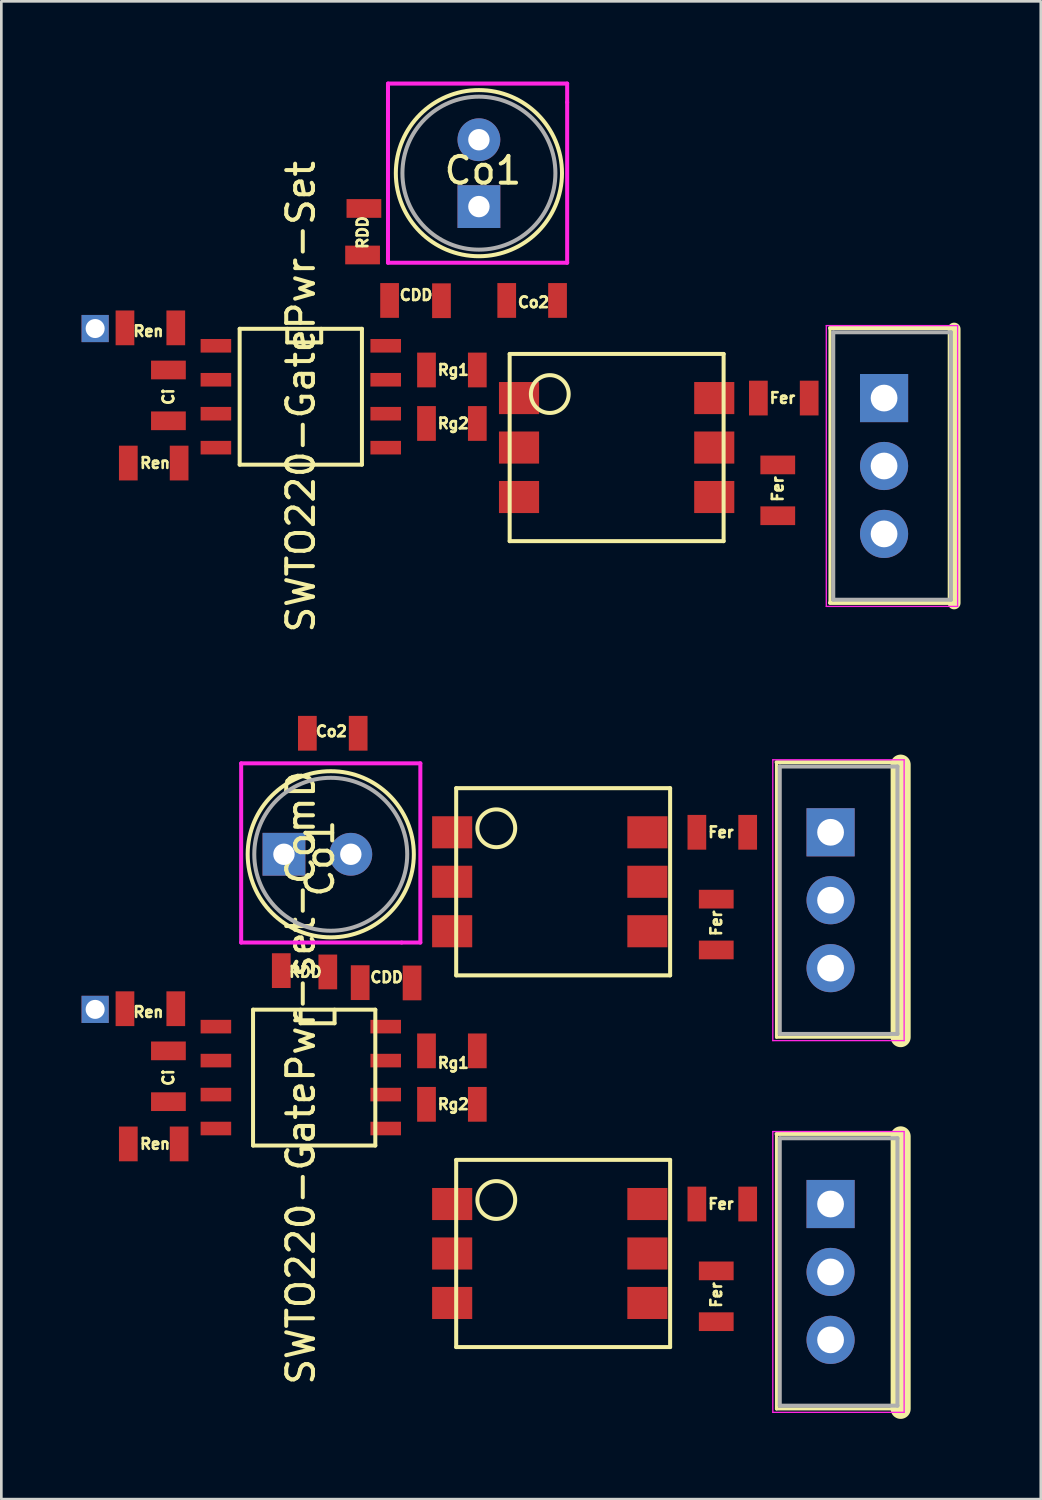
<source format=kicad_pcb>
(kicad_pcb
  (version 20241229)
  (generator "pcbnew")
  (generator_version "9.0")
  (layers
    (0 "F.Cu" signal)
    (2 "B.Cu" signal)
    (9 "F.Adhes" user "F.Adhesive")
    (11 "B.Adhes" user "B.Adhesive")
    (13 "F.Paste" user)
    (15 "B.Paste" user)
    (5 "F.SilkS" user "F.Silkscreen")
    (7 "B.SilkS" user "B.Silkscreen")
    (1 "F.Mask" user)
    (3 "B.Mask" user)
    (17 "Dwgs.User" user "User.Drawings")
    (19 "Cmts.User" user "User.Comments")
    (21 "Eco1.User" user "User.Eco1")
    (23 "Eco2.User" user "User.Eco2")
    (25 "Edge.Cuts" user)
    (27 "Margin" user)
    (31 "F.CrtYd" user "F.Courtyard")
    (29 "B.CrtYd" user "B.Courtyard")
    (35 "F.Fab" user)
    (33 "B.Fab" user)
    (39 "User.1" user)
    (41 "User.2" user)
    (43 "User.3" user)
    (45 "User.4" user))
  (footprint "SWTO220-GatePwr-Set"
    (layer "F.Cu")
    (at 30.008 14.375)
    (property "Reference" "SWTO220-GatePwr-Set" (at -21.81 -2.59 90) (layer "F.SilkS") (effects (font (size 1 1) (thickness 0.15))))
    (attr smd)
    (fp_line (start -24.096 -5.13) (end -19.524 -5.13) (stroke (width 0.15) (type solid)) (layer "F.SilkS"))
    (fp_line (start -24.096 -0.05) (end -24.096 -5.13) (stroke (width 0.15) (type solid)) (layer "F.SilkS"))
    (fp_line (start -22.318 -4.622) (end -22.318 -5.13) (stroke (width 0.15) (type solid)) (layer "F.SilkS"))
    (fp_line (start -21.048 -5.13) (end -21.048 -4.622) (stroke (width 0.15) (type solid)) (layer "F.SilkS"))
    (fp_line (start -21.048 -4.622) (end -22.318 -4.622) (stroke (width 0.15) (type solid)) (layer "F.SilkS"))
    (fp_line (start -19.524 -5.13) (end -19.524 -0.05) (stroke (width 0.15) (type solid)) (layer "F.SilkS"))
    (fp_line (start -19.524 -0.05) (end -24.096 -0.05) (stroke (width 0.15) (type solid)) (layer "F.SilkS"))
    (fp_line (start -14 -4.19) (end -6 -4.19) (stroke (width 0.15) (type solid)) (layer "F.SilkS"))
    (fp_line (start -14 2.81) (end -14 -4.19) (stroke (width 0.15) (type solid)) (layer "F.SilkS"))
    (fp_line (start -6 -4.19) (end -6 2.81) (stroke (width 0.15) (type solid)) (layer "F.SilkS"))
    (fp_line (start -6 2.81) (end -14 2.81) (stroke (width 0.15) (type solid)) (layer "F.SilkS"))
    (fp_line (start -2.021 -5.12) (end -2.021 5.12) (stroke (width 0.12) (type solid)) (layer "F.SilkS"))
    (fp_line (start 2.62 -5.16) (end -2.021 -5.16) (stroke (width 0.15) (type solid)) (layer "F.SilkS"))
    (fp_line (start 2.62 -5.12) (end 2.62 5.12) (stroke (width 0.48) (type solid)) (layer "F.SilkS"))
    (fp_line (start 2.62 5.12) (end -2.021 5.12) (stroke (width 0.15) (type solid)) (layer "F.SilkS"))
    (fp_circle (center -15.15 -10.95) (end -17.75 -9.25) (stroke (width 0.15) (type solid)) (fill no) (layer "F.SilkS"))
    (fp_circle (center -12.5 -2.69) (end -13 -3.19) (stroke (width 0.15) (type solid)) (fill no) (layer "F.SilkS"))
    (fp_line (start -18.55 -14.3) (end -11.85 -14.3) (stroke (width 0.15) (type solid)) (layer "F.CrtYd"))
    (fp_line (start -18.55 -7.6) (end -18.55 -14.3) (stroke (width 0.15) (type solid)) (layer "F.CrtYd"))
    (fp_line (start -11.85 -13.6) (end -11.85 -14.3) (stroke (width 0.15) (type solid)) (layer "F.CrtYd"))
    (fp_line (start -11.85 -7.6) (end -18.55 -7.6) (stroke (width 0.15) (type solid)) (layer "F.CrtYd"))
    (fp_line (start -11.85 -7.6) (end -11.85 -13.6) (stroke (width 0.15) (type solid)) (layer "F.CrtYd"))
    (fp_line (start -2.16 -5.25) (end -2.16 5.25) (stroke (width 0.05) (type solid)) (layer "F.CrtYd"))
    (fp_line (start -2.16 5.25) (end 2.75 5.25) (stroke (width 0.05) (type solid)) (layer "F.CrtYd"))
    (fp_line (start 2.75 -5.25) (end -2.16 -5.25) (stroke (width 0.05) (type solid)) (layer "F.CrtYd"))
    (fp_line (start 2.75 5.25) (end 2.75 -5.25) (stroke (width 0.05) (type solid)) (layer "F.CrtYd"))
    (fp_line (start -1.9 -5) (end -1.9 5) (stroke (width 0.15) (type solid)) (layer "F.Fab"))
    (fp_line (start -1.9 5) (end 2.5 5) (stroke (width 0.15) (type solid)) (layer "F.Fab"))
    (fp_line (start 2.5 -5) (end -1.9 -5) (stroke (width 0.15) (type solid)) (layer "F.Fab"))
    (fp_line (start 2.5 5) (end 2.5 -5) (stroke (width 0.15) (type solid)) (layer "F.Fab"))
    (fp_circle (center -15.15 -10.95) (end -17.45 -9.25) (stroke (width 0.15) (type solid)) (fill no) (layer "F.Fab"))
    (fp_text user "Co2" (at -13.11 -6.12 180) (layer "F.SilkS") (effects (font (size 0.4 0.4) (thickness 0.1))))
    (fp_text user "RDD" (at -19.5 -8.73 90) (layer "F.SilkS") (effects (font (size 0.4 0.4) (thickness 0.1))))
    (fp_text user "Ren" (at -27.26 -0.11 0) (layer "F.SilkS") (effects (font (size 0.4 0.4) (thickness 0.1))))
    (fp_text user "Ren" (at -27.51 -5.04 0) (layer "F.SilkS") (effects (font (size 0.4 0.4) (thickness 0.1))))
    (fp_text user "Ci" (at -26.76 -2.59 90) (layer "F.SilkS") (effects (font (size 0.4 0.4) (thickness 0.1))))
    (fp_text user "Fer" (at -3.975 0.86 90) (layer "F.SilkS") (effects (font (size 0.4 0.4) (thickness 0.1))))
    (fp_text user "Rg1" (at -16.11 -3.59 0) (layer "F.SilkS") (effects (font (size 0.4 0.4) (thickness 0.1))))
    (fp_text user "Fer" (at -3.8 -2.54 180) (layer "F.SilkS") (effects (font (size 0.4 0.4) (thickness 0.1))))
    (fp_text user "Rg2" (at -16.11 -1.59 0) (layer "F.SilkS") (effects (font (size 0.4 0.4) (thickness 0.1))))
    (fp_text user "CDD" (at -17.5 -6.39 180) (layer "F.SilkS") (effects (font (size 0.4 0.4) (thickness 0.1))))
    (fp_text user "Co1" (at -15 -11.05 0) (layer "F.SilkS") (effects (font (size 1 1) (thickness 0.15))))
    (pad "+Vo" smd rect (at -19.45 -9.63 90) (size 0.7 1.3) (layers "F.Cu" "F.Mask" "F.Paste"))
    (pad "+Vo" thru_hole rect (at -15.15 -9.7 180) (size 1.6 1.6) (drill 0.8) (layers "*.Cu" "*.Mask"))
    (pad "+Vo" smd rect (at -12.21 -6.19) (size 0.7 1.3) (layers "F.Cu" "F.Mask" "F.Paste"))
    (pad "1" smd rect (at -15.21 -3.59) (size 0.7 1.3) (layers "F.Cu" "F.Mask" "F.Paste"))
    (pad "1" smd rect (at -15.21 -1.59) (size 0.7 1.3) (layers "F.Cu" "F.Mask" "F.Paste"))
    (pad "1" smd rect (at -13.65 -2.54 180) (size 1.5 1.2) (layers "F.Cu" "F.Mask" "F.Paste"))
    (pad "2" smd rect (at -13.65 -0.69 180) (size 1.5 1.2) (layers "F.Cu" "F.Mask" "F.Paste"))
    (pad "3" smd rect (at -18.635 -0.685 270) (size 0.508 1.143) (layers "F.Cu" "F.Mask" "F.Paste"))
    (pad "3" smd rect (at -16.55 -6.18 180) (size 0.7 1.3) (layers "F.Cu" "F.Mask" "F.Paste"))
    (pad "3" thru_hole circle (at -15.15 -12.2 180) (size 1.6 1.6) (drill 0.8) (layers "*.Cu" "*.Mask"))
    (pad "3" smd rect (at -14.11 -6.19) (size 0.7 1.3) (layers "F.Cu" "F.Mask" "F.Paste"))
    (pad "3" smd rect (at -13.65 1.16 180) (size 1.5 1.2) (layers "F.Cu" "F.Mask" "F.Paste"))
    (pad "5" smd rect (at -6.35 -0.69 180) (size 1.5 1.2) (layers "F.Cu" "F.Mask" "F.Paste"))
    (pad "6" smd rect (at -6.35 -2.54 180) (size 1.5 1.2) (layers "F.Cu" "F.Mask" "F.Paste"))
    (pad "6" smd rect (at -4.7 -2.54 180) (size 0.7 1.3) (layers "F.Cu" "F.Mask" "F.Paste"))
    (pad "6" smd rect (at -3.975 -0.04 90) (size 0.7 1.3) (layers "F.Cu" "F.Mask" "F.Paste"))
    (pad "D" thru_hole circle (at 0 0 180) (size 1.8 1.8) (drill 1) (layers "*.Cu" "*.Mask"))
    (pad "EN" smd rect (at -26.36 -0.11) (size 0.7 1.3) (layers "F.Cu" "F.Mask" "F.Paste"))
    (pad "EN" smd rect (at -24.985 -0.685 270) (size 0.508 1.143) (layers "F.Cu" "F.Mask" "F.Paste"))
    (pad "G" smd rect (at -2.8 -2.54 180) (size 0.7 1.3) (layers "F.Cu" "F.Mask" "F.Paste"))
    (pad "G" thru_hole rect (at 0 -2.54 180) (size 1.8 1.8) (drill 1) (layers "*.Cu" "*.Mask"))
    (pad "GNDi" smd rect (at -26.76 -1.69 270) (size 0.7 1.3) (layers "F.Cu" "F.Mask" "F.Paste"))
    (pad "GNDi" smd rect (at -24.985 -1.955 270) (size 0.508 1.143) (layers "F.Cu" "F.Mask" "F.Paste"))
    (pad "S" smd rect (at -6.35 1.16 180) (size 1.5 1.2) (layers "F.Cu" "F.Mask" "F.Paste"))
    (pad "S" smd rect (at -3.975 1.86 90) (size 0.7 1.3) (layers "F.Cu" "F.Mask" "F.Paste"))
    (pad "S" thru_hole circle (at 0 2.54 180) (size 1.8 1.8) (drill 1) (layers "*.Cu" "*.Mask"))
    (pad "VDD" smd rect (at -19.5 -7.89 90) (size 0.7 1.3) (layers "F.Cu" "F.Mask" "F.Paste"))
    (pad "VDD" smd rect (at -18.635 -4.495 270) (size 0.508 1.143) (layers "F.Cu" "F.Mask" "F.Paste"))
    (pad "VDD" smd rect (at -18.49 -6.19 180) (size 0.7 1.3) (layers "F.Cu" "F.Mask" "F.Paste"))
    (pad "VDDi" smd rect (at -28.26 -0.11) (size 0.7 1.3) (layers "F.Cu" "F.Mask" "F.Paste"))
    (pad "VDDi" smd rect (at -26.76 -3.59 270) (size 0.7 1.3) (layers "F.Cu" "F.Mask" "F.Paste"))
    (pad "VDDi" smd rect (at -24.985 -3.225 270) (size 0.508 1.143) (layers "F.Cu" "F.Mask" "F.Paste"))
    (pad "VI" smd rect (at -26.485 -5.165) (size 0.7 1.3) (layers "F.Cu" "F.Mask" "F.Paste"))
    (pad "VI" smd rect (at -24.985 -4.495 270) (size 0.508 1.143) (layers "F.Cu" "F.Mask" "F.Paste"))
    (pad "Vg+" smd rect (at -18.635 -3.225 270) (size 0.508 1.143) (layers "F.Cu" "F.Mask" "F.Paste"))
    (pad "Vg+" smd rect (at -17.11 -3.59) (size 0.7 1.3) (layers "F.Cu" "F.Mask" "F.Paste"))
    (pad "Vg-" smd rect (at -18.635 -1.955 270) (size 0.508 1.143) (layers "F.Cu" "F.Mask" "F.Paste"))
    (pad "Vg-" smd rect (at -17.11 -1.59) (size 0.7 1.3) (layers "F.Cu" "F.Mask" "F.Paste"))
    (pad "Vsig" thru_hole rect (at -29.5 -5.14 270) (size 1.016 1.016) (drill 0.711) (layers "*.Cu" "*.Mask"))
    (pad "Vsig" smd rect (at -28.385 -5.165) (size 0.7 1.3) (layers "F.Cu" "F.Mask" "F.Paste")))
  (footprint "SWTO220-GatePwr-set-ComD"
    (layer "F.Cu")
    (at 28.008 37.562)
    (property "Reference" "SWTO220-GatePwr-set-ComD" (at -19.81 -0.318 90) (layer "F.SilkS") (effects (font (size 1 1) (thickness 0.15))))
    (attr smd)
    (fp_line (start -21.596 -2.857) (end -17.024 -2.857) (stroke (width 0.15) (type solid)) (layer "F.SilkS"))
    (fp_line (start -21.596 2.223) (end -21.596 -2.857) (stroke (width 0.15) (type solid)) (layer "F.SilkS"))
    (fp_line (start -19.818 -2.349) (end -19.818 -2.857) (stroke (width 0.15) (type solid)) (layer "F.SilkS"))
    (fp_line (start -18.548 -2.857) (end -18.548 -2.349) (stroke (width 0.15) (type solid)) (layer "F.SilkS"))
    (fp_line (start -18.548 -2.349) (end -19.818 -2.349) (stroke (width 0.15) (type solid)) (layer "F.SilkS"))
    (fp_line (start -17.024 -2.857) (end -17.024 2.223) (stroke (width 0.15) (type solid)) (layer "F.SilkS"))
    (fp_line (start -17.024 2.223) (end -21.596 2.223) (stroke (width 0.15) (type solid)) (layer "F.SilkS"))
    (fp_line (start -14 -11.14) (end -6 -11.14) (stroke (width 0.15) (type solid)) (layer "F.SilkS"))
    (fp_line (start -14 -4.14) (end -14 -11.14) (stroke (width 0.15) (type solid)) (layer "F.SilkS"))
    (fp_line (start -14 2.76) (end -6 2.76) (stroke (width 0.15) (type solid)) (layer "F.SilkS"))
    (fp_line (start -14 9.76) (end -14 2.76) (stroke (width 0.15) (type solid)) (layer "F.SilkS"))
    (fp_line (start -6 -11.14) (end -6 -4.14) (stroke (width 0.15) (type solid)) (layer "F.SilkS"))
    (fp_line (start -6 -4.14) (end -14 -4.14) (stroke (width 0.15) (type solid)) (layer "F.SilkS"))
    (fp_line (start -6 2.76) (end -6 9.76) (stroke (width 0.15) (type solid)) (layer "F.SilkS"))
    (fp_line (start -6 9.76) (end -14 9.76) (stroke (width 0.15) (type solid)) (layer "F.SilkS"))
    (fp_line (start -2.021 -12.07) (end -2.021 -1.83) (stroke (width 0.12) (type solid)) (layer "F.SilkS"))
    (fp_line (start -2.021 1.83) (end -2.021 12.07) (stroke (width 0.12) (type solid)) (layer "F.SilkS"))
    (fp_line (start 2.62 -12.11) (end -2.021 -12.11) (stroke (width 0.15) (type solid)) (layer "F.SilkS"))
    (fp_line (start 2.62 -12.02) (end 2.62 -1.83) (stroke (width 0.75) (type solid)) (layer "F.SilkS"))
    (fp_line (start 2.62 -1.83) (end -2.021 -1.83) (stroke (width 0.12) (type solid)) (layer "F.SilkS"))
    (fp_line (start 2.62 1.79) (end -2.021 1.79) (stroke (width 0.15) (type solid)) (layer "F.SilkS"))
    (fp_line (start 2.62 1.88) (end 2.62 12.07) (stroke (width 0.75) (type solid)) (layer "F.SilkS"))
    (fp_line (start 2.62 12.07) (end -2.021 12.07) (stroke (width 0.12) (type solid)) (layer "F.SilkS"))
    (fp_circle (center -18.69 -8.668) (end -20.39 -11.268) (stroke (width 0.15) (type solid)) (fill no) (layer "F.SilkS"))
    (fp_circle (center -12.5 -9.64) (end -13 -10.14) (stroke (width 0.15) (type solid)) (fill no) (layer "F.SilkS"))
    (fp_circle (center -12.5 4.26) (end -13 3.76) (stroke (width 0.15) (type solid)) (fill no) (layer "F.SilkS"))
    (fp_line (start -22.04 -12.068) (end -15.34 -12.068) (stroke (width 0.15) (type solid)) (layer "F.CrtYd"))
    (fp_line (start -22.04 -5.367) (end -22.04 -12.068) (stroke (width 0.15) (type solid)) (layer "F.CrtYd"))
    (fp_line (start -22.04 -5.367) (end -16.04 -5.367) (stroke (width 0.15) (type solid)) (layer "F.CrtYd"))
    (fp_line (start -16.04 -5.367) (end -15.34 -5.367) (stroke (width 0.15) (type solid)) (layer "F.CrtYd"))
    (fp_line (start -15.34 -12.068) (end -15.34 -5.367) (stroke (width 0.15) (type solid)) (layer "F.CrtYd"))
    (fp_line (start -2.16 -12.2) (end -2.16 -1.7) (stroke (width 0.05) (type solid)) (layer "F.CrtYd"))
    (fp_line (start -2.16 -1.7) (end 2.75 -1.7) (stroke (width 0.05) (type solid)) (layer "F.CrtYd"))
    (fp_line (start -2.16 1.7) (end -2.16 12.2) (stroke (width 0.05) (type solid)) (layer "F.CrtYd"))
    (fp_line (start -2.16 12.2) (end 2.75 12.2) (stroke (width 0.05) (type solid)) (layer "F.CrtYd"))
    (fp_line (start 2.75 -12.2) (end -2.16 -12.2) (stroke (width 0.05) (type solid)) (layer "F.CrtYd"))
    (fp_line (start 2.75 -1.7) (end 2.75 -12.2) (stroke (width 0.05) (type solid)) (layer "F.CrtYd"))
    (fp_line (start 2.75 1.7) (end -2.16 1.7) (stroke (width 0.05) (type solid)) (layer "F.CrtYd"))
    (fp_line (start 2.75 12.2) (end 2.75 1.7) (stroke (width 0.05) (type solid)) (layer "F.CrtYd"))
    (fp_line (start -1.9 -11.95) (end -1.9 -1.95) (stroke (width 0.15) (type solid)) (layer "F.Fab"))
    (fp_line (start -1.9 -1.95) (end 2.5 -1.95) (stroke (width 0.15) (type solid)) (layer "F.Fab"))
    (fp_line (start -1.9 1.95) (end -1.9 11.95) (stroke (width 0.15) (type solid)) (layer "F.Fab"))
    (fp_line (start -1.9 11.95) (end 2.5 11.95) (stroke (width 0.15) (type solid)) (layer "F.Fab"))
    (fp_line (start 2.5 -11.95) (end -1.9 -11.95) (stroke (width 0.15) (type solid)) (layer "F.Fab"))
    (fp_line (start 2.5 -1.95) (end 2.5 -11.95) (stroke (width 0.15) (type solid)) (layer "F.Fab"))
    (fp_line (start 2.5 1.95) (end -1.9 1.95) (stroke (width 0.15) (type solid)) (layer "F.Fab"))
    (fp_line (start 2.5 11.95) (end 2.5 1.95) (stroke (width 0.15) (type solid)) (layer "F.Fab"))
    (fp_circle (center -18.69 -8.668) (end -20.39 -10.967) (stroke (width 0.15) (type solid)) (fill no) (layer "F.Fab"))
    (fp_text user "Ci" (at -24.76 -0.318 90) (layer "F.SilkS") (effects (font (size 0.4 0.4) (thickness 0.1))))
    (fp_text user "Ren" (at -25.26 2.163 0) (layer "F.SilkS") (effects (font (size 0.4 0.4) (thickness 0.1))))
    (fp_text user "Rg1" (at -14.11 -0.863 0) (layer "F.SilkS") (effects (font (size 0.4 0.4) (thickness 0.1))))
    (fp_text user "RDD" (at -19.64 -4.268 180) (layer "F.SilkS") (effects (font (size 0.4 0.4) (thickness 0.1))))
    (fp_text user "Fer" (at -4.1 4.41 180) (layer "F.SilkS") (effects (font (size 0.4 0.4) (thickness 0.1))))
    (fp_text user "Co2" (at -18.665 -13.262 0) (layer "F.SilkS") (effects (font (size 0.4 0.4) (thickness 0.1))))
    (fp_text user "Co1" (at -19.09 -8.518 270) (layer "F.SilkS") (effects (font (size 1 1) (thickness 0.15))))
    (fp_text user "CDD" (at -16.6 -4.067 180) (layer "F.SilkS") (effects (font (size 0.4 0.4) (thickness 0.1))))
    (fp_text user "Fer" (at -4.1 -9.49 180) (layer "F.SilkS") (effects (font (size 0.4 0.4) (thickness 0.1))))
    (fp_text user "Rg2" (at -14.11 0.682 0) (layer "F.SilkS") (effects (font (size 0.4 0.4) (thickness 0.1))))
    (fp_text user "Fer" (at -4.275 7.81 90) (layer "F.SilkS") (effects (font (size 0.4 0.4) (thickness 0.1))))
    (fp_text user "Ren" (at -25.51 -2.768 0) (layer "F.SilkS") (effects (font (size 0.4 0.4) (thickness 0.1))))
    (fp_text user "Fer" (at -4.275 -6.09 90) (layer "F.SilkS") (effects (font (size 0.4 0.4) (thickness 0.1))))
    (pad "+Vo" smd rect (at -20.54 -4.317 180) (size 0.7 1.3) (layers "F.Cu" "F.Mask" "F.Paste"))
    (pad "+Vo" thru_hole rect (at -20.44 -8.668 90) (size 1.6 1.6) (drill 0.8) (layers "*.Cu" "*.Mask"))
    (pad "+Vo" smd rect (at -19.565 -13.193 180) (size 0.7 1.3) (layers "F.Cu" "F.Mask" "F.Paste"))
    (pad "1" smd rect (at -14.15 -9.49 180) (size 1.5 1.2) (layers "F.Cu" "F.Mask" "F.Paste"))
    (pad "1" smd rect (at -14.15 4.41 180) (size 1.5 1.2) (layers "F.Cu" "F.Mask" "F.Paste"))
    (pad "1" smd rect (at -13.21 -1.317) (size 0.7 1.3) (layers "F.Cu" "F.Mask" "F.Paste"))
    (pad "1" smd rect (at -13.21 0.682) (size 0.7 1.3) (layers "F.Cu" "F.Mask" "F.Paste"))
    (pad "2a" smd rect (at -14.15 -7.64 180) (size 1.5 1.2) (layers "F.Cu" "F.Mask" "F.Paste"))
    (pad "2b" smd rect (at -14.15 6.26 180) (size 1.5 1.2) (layers "F.Cu" "F.Mask" "F.Paste"))
    (pad "3" thru_hole circle (at -17.94 -8.668 90) (size 1.6 1.6) (drill 0.8) (layers "*.Cu" "*.Mask"))
    (pad "3" smd rect (at -17.665 -13.193 180) (size 0.7 1.3) (layers "F.Cu" "F.Mask" "F.Paste"))
    (pad "3" smd rect (at -16.635 1.587 270) (size 0.508 1.143) (layers "F.Cu" "F.Mask" "F.Paste"))
    (pad "3" smd rect (at -15.65 -3.857 180) (size 0.7 1.3) (layers "F.Cu" "F.Mask" "F.Paste"))
    (pad "3" smd rect (at -14.15 -5.79 180) (size 1.5 1.2) (layers "F.Cu" "F.Mask" "F.Paste"))
    (pad "3" smd rect (at -14.15 8.11 180) (size 1.5 1.2) (layers "F.Cu" "F.Mask" "F.Paste"))
    (pad "5a" smd rect (at -6.85 -7.64 180) (size 1.5 1.2) (layers "F.Cu" "F.Mask" "F.Paste"))
    (pad "5b" smd rect (at -6.85 6.26 180) (size 1.5 1.2) (layers "F.Cu" "F.Mask" "F.Paste"))
    (pad "6a" smd rect (at -6.85 -9.49 180) (size 1.5 1.2) (layers "F.Cu" "F.Mask" "F.Paste"))
    (pad "6a" smd rect (at -5 -9.49 180) (size 0.7 1.3) (layers "F.Cu" "F.Mask" "F.Paste"))
    (pad "6a" smd rect (at -4.275 -6.99 90) (size 0.7 1.3) (layers "F.Cu" "F.Mask" "F.Paste"))
    (pad "6b" smd rect (at -6.85 4.41 180) (size 1.5 1.2) (layers "F.Cu" "F.Mask" "F.Paste"))
    (pad "6b" smd rect (at -5 4.41 180) (size 0.7 1.3) (layers "F.Cu" "F.Mask" "F.Paste"))
    (pad "6b" smd rect (at -4.275 6.91 90) (size 0.7 1.3) (layers "F.Cu" "F.Mask" "F.Paste"))
    (pad "D" thru_hole circle (at 0 -6.95 180) (size 1.8 1.8) (drill 1) (layers "*.Cu" "*.Mask"))
    (pad "D" thru_hole circle (at 0 6.95 180) (size 1.8 1.8) (drill 1) (layers "*.Cu" "*.Mask"))
    (pad "EN" smd rect (at -24.36 2.163) (size 0.7 1.3) (layers "F.Cu" "F.Mask" "F.Paste"))
    (pad "EN" smd rect (at -22.985 1.587 270) (size 0.508 1.143) (layers "F.Cu" "F.Mask" "F.Paste"))
    (pad "GNDi" smd rect (at -24.76 0.583 270) (size 0.7 1.3) (layers "F.Cu" "F.Mask" "F.Paste"))
    (pad "GNDi" smd rect (at -22.985 0.318 270) (size 0.508 1.143) (layers "F.Cu" "F.Mask" "F.Paste"))
    (pad "Ga" smd rect (at -3.1 -9.49 180) (size 0.7 1.3) (layers "F.Cu" "F.Mask" "F.Paste"))
    (pad "Ga" thru_hole rect (at 0 -9.49 180) (size 1.8 1.8) (drill 1) (layers "*.Cu" "*.Mask"))
    (pad "Gb" smd rect (at -3.1 4.41 180) (size 0.7 1.3) (layers "F.Cu" "F.Mask" "F.Paste"))
    (pad "Gb" thru_hole rect (at 0 4.41 180) (size 1.8 1.8) (drill 1) (layers "*.Cu" "*.Mask"))
    (pad "Sa" smd rect (at -6.85 -5.79 180) (size 1.5 1.2) (layers "F.Cu" "F.Mask" "F.Paste"))
    (pad "Sa" smd rect (at -4.275 -5.09 90) (size 0.7 1.3) (layers "F.Cu" "F.Mask" "F.Paste"))
    (pad "Sa" thru_hole circle (at 0 -4.41 180) (size 1.8 1.8) (drill 1) (layers "*.Cu" "*.Mask"))
    (pad "Sb" smd rect (at -6.85 8.11 180) (size 1.5 1.2) (layers "F.Cu" "F.Mask" "F.Paste"))
    (pad "Sb" smd rect (at -4.275 8.81 90) (size 0.7 1.3) (layers "F.Cu" "F.Mask" "F.Paste"))
    (pad "Sb" thru_hole circle (at 0 9.49 180) (size 1.8 1.8) (drill 1) (layers "*.Cu" "*.Mask"))
    (pad "VDD" smd rect (at -18.8 -4.268 180) (size 0.7 1.3) (layers "F.Cu" "F.Mask" "F.Paste"))
    (pad "VDD" smd rect (at -17.59 -3.868 180) (size 0.7 1.3) (layers "F.Cu" "F.Mask" "F.Paste"))
    (pad "VDD" smd rect (at -16.635 -2.223 270) (size 0.508 1.143) (layers "F.Cu" "F.Mask" "F.Paste"))
    (pad "VDDi" smd rect (at -26.26 2.163) (size 0.7 1.3) (layers "F.Cu" "F.Mask" "F.Paste"))
    (pad "VDDi" smd rect (at -24.76 -1.317 270) (size 0.7 1.3) (layers "F.Cu" "F.Mask" "F.Paste"))
    (pad "VDDi" smd rect (at -22.985 -0.953 270) (size 0.508 1.143) (layers "F.Cu" "F.Mask" "F.Paste"))
    (pad "VI" smd rect (at -24.485 -2.893) (size 0.7 1.3) (layers "F.Cu" "F.Mask" "F.Paste"))
    (pad "VI" smd rect (at -22.985 -2.223 270) (size 0.508 1.143) (layers "F.Cu" "F.Mask" "F.Paste"))
    (pad "Vg+" smd rect (at -16.635 -0.953 270) (size 0.508 1.143) (layers "F.Cu" "F.Mask" "F.Paste"))
    (pad "Vg+" smd rect (at -15.11 -1.317) (size 0.7 1.3) (layers "F.Cu" "F.Mask" "F.Paste"))
    (pad "Vg-" smd rect (at -16.635 0.318 270) (size 0.508 1.143) (layers "F.Cu" "F.Mask" "F.Paste"))
    (pad "Vg-" smd rect (at -15.11 0.682) (size 0.7 1.3) (layers "F.Cu" "F.Mask" "F.Paste"))
    (pad "Vsig" thru_hole rect (at -27.5 -2.868 270) (size 1.016 1.016) (drill 0.711) (layers "*.Cu" "*.Mask"))
    (pad "Vsig" smd rect (at -26.385 -2.893) (size 0.7 1.3) (layers "F.Cu" "F.Mask" "F.Paste")))
  (gr_rect
    (start -3 -3)
    (end 35.868 53.007)
    (stroke (width 0.1) (type default))
    (fill no)
    (layer "Edge.Cuts")))
</source>
